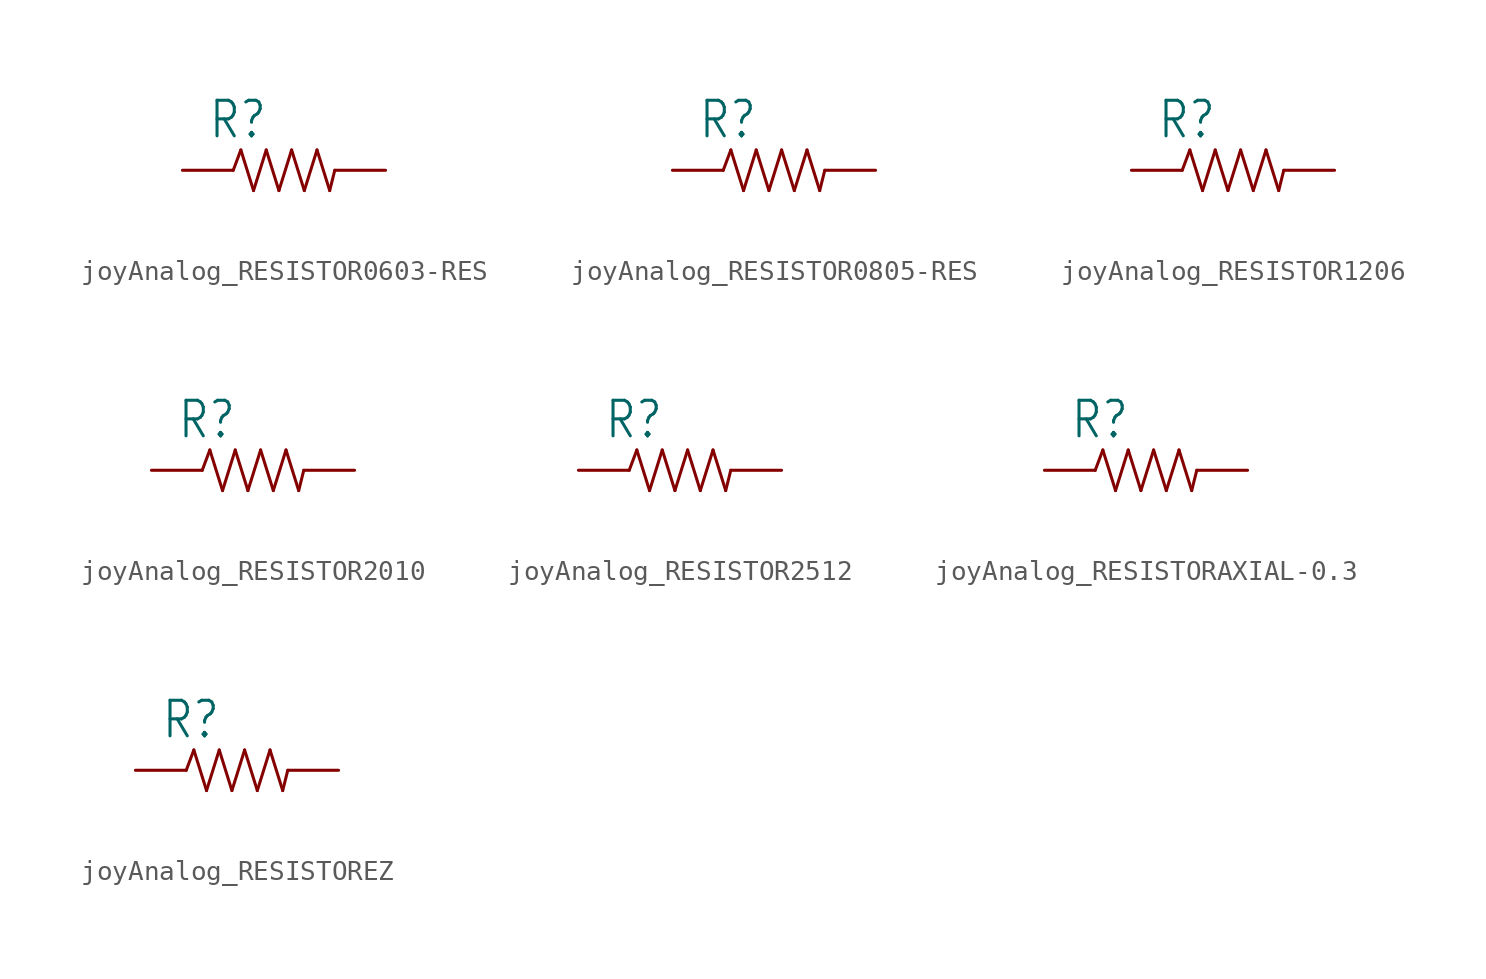
<source format=kicad_sym>
(kicad_symbol_lib
  (version 20231120)
  (generator "kicad_symbol_editor")
  (generator_version "8.0")
  (symbol "joyAnalog_RESISTOR0603-RES"
    (property "Reference" "R"
      (at -3.81 1.499 0)
      (effects (font (size 1.778 1.511)) (justify left bottom)))
    (property "Value" ""
      (at -3.81 -3.302 0)
      (effects (font (size 1.778 1.511)) (justify left bottom)))
    (property "ki_locked" ""
      (at 0 0 0)
      (effects (font (size 1.27 1.27))))
    (symbol "joyAnalog_RESISTOR0603-RES_1_0"
      (polyline (pts (xy -2.54 0) (xy -2.159 1.016)) (stroke (width 0.152) (type solid)) (fill (type none)))
      (polyline (pts (xy -2.159 1.016) (xy -1.524 -1.016)) (stroke (width 0.152) (type solid)) (fill (type none)))
      (polyline (pts (xy -1.524 -1.016) (xy -0.889 1.016)) (stroke (width 0.152) (type solid)) (fill (type none)))
      (polyline (pts (xy -0.889 1.016) (xy -0.254 -1.016)) (stroke (width 0.152) (type solid)) (fill (type none)))
      (polyline (pts (xy -0.254 -1.016) (xy 0.381 1.016)) (stroke (width 0.152) (type solid)) (fill (type none)))
      (polyline (pts (xy 0.381 1.016) (xy 1.016 -1.016)) (stroke (width 0.152) (type solid)) (fill (type none)))
      (polyline (pts (xy 1.016 -1.016) (xy 1.651 1.016)) (stroke (width 0.152) (type solid)) (fill (type none)))
      (polyline (pts (xy 1.651 1.016) (xy 2.286 -1.016)) (stroke (width 0.152) (type solid)) (fill (type none)))
      (polyline (pts (xy 2.286 -1.016) (xy 2.54 0)) (stroke (width 0.152) (type solid)) (fill (type none)))
      (pin passive line (at -5.08 0 0) (length 2.54) (name "1" (effects (font (size 0 0)))) (number "1" (effects (font (size 0 0)))))
      (pin passive line (at 5.08 0 180) (length 2.54) (name "2" (effects (font (size 0 0)))) (number "2" (effects (font (size 0 0)))))))
  (symbol "joyAnalog_RESISTOR0805-RES"
    (property "Reference" "R"
      (at -3.81 1.499 0)
      (effects (font (size 1.778 1.511)) (justify left bottom)))
    (property "Value" ""
      (at -3.81 -3.302 0)
      (effects (font (size 1.778 1.511)) (justify left bottom)))
    (property "ki_locked" ""
      (at 0 0 0)
      (effects (font (size 1.27 1.27))))
    (symbol "joyAnalog_RESISTOR0805-RES_1_0"
      (polyline (pts (xy -2.54 0) (xy -2.159 1.016)) (stroke (width 0.152) (type solid)) (fill (type none)))
      (polyline (pts (xy -2.159 1.016) (xy -1.524 -1.016)) (stroke (width 0.152) (type solid)) (fill (type none)))
      (polyline (pts (xy -1.524 -1.016) (xy -0.889 1.016)) (stroke (width 0.152) (type solid)) (fill (type none)))
      (polyline (pts (xy -0.889 1.016) (xy -0.254 -1.016)) (stroke (width 0.152) (type solid)) (fill (type none)))
      (polyline (pts (xy -0.254 -1.016) (xy 0.381 1.016)) (stroke (width 0.152) (type solid)) (fill (type none)))
      (polyline (pts (xy 0.381 1.016) (xy 1.016 -1.016)) (stroke (width 0.152) (type solid)) (fill (type none)))
      (polyline (pts (xy 1.016 -1.016) (xy 1.651 1.016)) (stroke (width 0.152) (type solid)) (fill (type none)))
      (polyline (pts (xy 1.651 1.016) (xy 2.286 -1.016)) (stroke (width 0.152) (type solid)) (fill (type none)))
      (polyline (pts (xy 2.286 -1.016) (xy 2.54 0)) (stroke (width 0.152) (type solid)) (fill (type none)))
      (pin passive line (at -5.08 0 0) (length 2.54) (name "1" (effects (font (size 0 0)))) (number "1" (effects (font (size 0 0)))))
      (pin passive line (at 5.08 0 180) (length 2.54) (name "2" (effects (font (size 0 0)))) (number "2" (effects (font (size 0 0)))))))
  (symbol "joyAnalog_RESISTOR1206"
    (property "Reference" "R"
      (at -3.81 1.499 0)
      (effects (font (size 1.778 1.511)) (justify left bottom)))
    (property "Value" ""
      (at -3.81 -3.302 0)
      (effects (font (size 1.778 1.511)) (justify left bottom)))
    (property "ki_locked" ""
      (at 0 0 0)
      (effects (font (size 1.27 1.27))))
    (symbol "joyAnalog_RESISTOR1206_1_0"
      (polyline (pts (xy -2.54 0) (xy -2.159 1.016)) (stroke (width 0.152) (type solid)) (fill (type none)))
      (polyline (pts (xy -2.159 1.016) (xy -1.524 -1.016)) (stroke (width 0.152) (type solid)) (fill (type none)))
      (polyline (pts (xy -1.524 -1.016) (xy -0.889 1.016)) (stroke (width 0.152) (type solid)) (fill (type none)))
      (polyline (pts (xy -0.889 1.016) (xy -0.254 -1.016)) (stroke (width 0.152) (type solid)) (fill (type none)))
      (polyline (pts (xy -0.254 -1.016) (xy 0.381 1.016)) (stroke (width 0.152) (type solid)) (fill (type none)))
      (polyline (pts (xy 0.381 1.016) (xy 1.016 -1.016)) (stroke (width 0.152) (type solid)) (fill (type none)))
      (polyline (pts (xy 1.016 -1.016) (xy 1.651 1.016)) (stroke (width 0.152) (type solid)) (fill (type none)))
      (polyline (pts (xy 1.651 1.016) (xy 2.286 -1.016)) (stroke (width 0.152) (type solid)) (fill (type none)))
      (polyline (pts (xy 2.286 -1.016) (xy 2.54 0)) (stroke (width 0.152) (type solid)) (fill (type none)))
      (pin passive line (at -5.08 0 0) (length 2.54) (name "1" (effects (font (size 0 0)))) (number "1" (effects (font (size 0 0)))))
      (pin passive line (at 5.08 0 180) (length 2.54) (name "2" (effects (font (size 0 0)))) (number "2" (effects (font (size 0 0)))))))
  (symbol "joyAnalog_RESISTOR2010"
    (property "Reference" "R"
      (at -3.81 1.499 0)
      (effects (font (size 1.778 1.511)) (justify left bottom)))
    (property "Value" ""
      (at -3.81 -3.302 0)
      (effects (font (size 1.778 1.511)) (justify left bottom)))
    (property "ki_locked" ""
      (at 0 0 0)
      (effects (font (size 1.27 1.27))))
    (symbol "joyAnalog_RESISTOR2010_1_0"
      (polyline (pts (xy -2.54 0) (xy -2.159 1.016)) (stroke (width 0.152) (type solid)) (fill (type none)))
      (polyline (pts (xy -2.159 1.016) (xy -1.524 -1.016)) (stroke (width 0.152) (type solid)) (fill (type none)))
      (polyline (pts (xy -1.524 -1.016) (xy -0.889 1.016)) (stroke (width 0.152) (type solid)) (fill (type none)))
      (polyline (pts (xy -0.889 1.016) (xy -0.254 -1.016)) (stroke (width 0.152) (type solid)) (fill (type none)))
      (polyline (pts (xy -0.254 -1.016) (xy 0.381 1.016)) (stroke (width 0.152) (type solid)) (fill (type none)))
      (polyline (pts (xy 0.381 1.016) (xy 1.016 -1.016)) (stroke (width 0.152) (type solid)) (fill (type none)))
      (polyline (pts (xy 1.016 -1.016) (xy 1.651 1.016)) (stroke (width 0.152) (type solid)) (fill (type none)))
      (polyline (pts (xy 1.651 1.016) (xy 2.286 -1.016)) (stroke (width 0.152) (type solid)) (fill (type none)))
      (polyline (pts (xy 2.286 -1.016) (xy 2.54 0)) (stroke (width 0.152) (type solid)) (fill (type none)))
      (pin passive line (at -5.08 0 0) (length 2.54) (name "1" (effects (font (size 0 0)))) (number "1" (effects (font (size 0 0)))))
      (pin passive line (at 5.08 0 180) (length 2.54) (name "2" (effects (font (size 0 0)))) (number "2" (effects (font (size 0 0)))))))
  (symbol "joyAnalog_RESISTOR2512"
    (property "Reference" "R"
      (at -3.81 1.499 0)
      (effects (font (size 1.778 1.511)) (justify left bottom)))
    (property "Value" ""
      (at -3.81 -3.302 0)
      (effects (font (size 1.778 1.511)) (justify left bottom)))
    (property "ki_locked" ""
      (at 0 0 0)
      (effects (font (size 1.27 1.27))))
    (symbol "joyAnalog_RESISTOR2512_1_0"
      (polyline (pts (xy -2.54 0) (xy -2.159 1.016)) (stroke (width 0.152) (type solid)) (fill (type none)))
      (polyline (pts (xy -2.159 1.016) (xy -1.524 -1.016)) (stroke (width 0.152) (type solid)) (fill (type none)))
      (polyline (pts (xy -1.524 -1.016) (xy -0.889 1.016)) (stroke (width 0.152) (type solid)) (fill (type none)))
      (polyline (pts (xy -0.889 1.016) (xy -0.254 -1.016)) (stroke (width 0.152) (type solid)) (fill (type none)))
      (polyline (pts (xy -0.254 -1.016) (xy 0.381 1.016)) (stroke (width 0.152) (type solid)) (fill (type none)))
      (polyline (pts (xy 0.381 1.016) (xy 1.016 -1.016)) (stroke (width 0.152) (type solid)) (fill (type none)))
      (polyline (pts (xy 1.016 -1.016) (xy 1.651 1.016)) (stroke (width 0.152) (type solid)) (fill (type none)))
      (polyline (pts (xy 1.651 1.016) (xy 2.286 -1.016)) (stroke (width 0.152) (type solid)) (fill (type none)))
      (polyline (pts (xy 2.286 -1.016) (xy 2.54 0)) (stroke (width 0.152) (type solid)) (fill (type none)))
      (pin passive line (at -5.08 0 0) (length 2.54) (name "1" (effects (font (size 0 0)))) (number "1" (effects (font (size 0 0)))))
      (pin passive line (at 5.08 0 180) (length 2.54) (name "2" (effects (font (size 0 0)))) (number "2" (effects (font (size 0 0)))))))
  (symbol "joyAnalog_RESISTORAXIAL-0.3"
    (property "Reference" "R"
      (at -3.81 1.499 0)
      (effects (font (size 1.778 1.511)) (justify left bottom)))
    (property "Value" ""
      (at -3.81 -3.302 0)
      (effects (font (size 1.778 1.511)) (justify left bottom)))
    (property "ki_locked" ""
      (at 0 0 0)
      (effects (font (size 1.27 1.27))))
    (symbol "joyAnalog_RESISTORAXIAL-0.3_1_0"
      (polyline (pts (xy -2.54 0) (xy -2.159 1.016)) (stroke (width 0.152) (type solid)) (fill (type none)))
      (polyline (pts (xy -2.159 1.016) (xy -1.524 -1.016)) (stroke (width 0.152) (type solid)) (fill (type none)))
      (polyline (pts (xy -1.524 -1.016) (xy -0.889 1.016)) (stroke (width 0.152) (type solid)) (fill (type none)))
      (polyline (pts (xy -0.889 1.016) (xy -0.254 -1.016)) (stroke (width 0.152) (type solid)) (fill (type none)))
      (polyline (pts (xy -0.254 -1.016) (xy 0.381 1.016)) (stroke (width 0.152) (type solid)) (fill (type none)))
      (polyline (pts (xy 0.381 1.016) (xy 1.016 -1.016)) (stroke (width 0.152) (type solid)) (fill (type none)))
      (polyline (pts (xy 1.016 -1.016) (xy 1.651 1.016)) (stroke (width 0.152) (type solid)) (fill (type none)))
      (polyline (pts (xy 1.651 1.016) (xy 2.286 -1.016)) (stroke (width 0.152) (type solid)) (fill (type none)))
      (polyline (pts (xy 2.286 -1.016) (xy 2.54 0)) (stroke (width 0.152) (type solid)) (fill (type none)))
      (pin passive line (at -5.08 0 0) (length 2.54) (name "1" (effects (font (size 0 0)))) (number "P$1" (effects (font (size 0 0)))))
      (pin passive line (at 5.08 0 180) (length 2.54) (name "2" (effects (font (size 0 0)))) (number "P$2" (effects (font (size 0 0)))))))
  (symbol "joyAnalog_RESISTOREZ"
    (property "Reference" "R"
      (at -3.81 1.499 0)
      (effects (font (size 1.778 1.511)) (justify left bottom)))
    (property "Value" ""
      (at -3.81 -3.302 0)
      (effects (font (size 1.778 1.511)) (justify left bottom)))
    (property "ki_locked" ""
      (at 0 0 0)
      (effects (font (size 1.27 1.27))))
    (symbol "joyAnalog_RESISTOREZ_1_0"
      (polyline (pts (xy -2.54 0) (xy -2.159 1.016)) (stroke (width 0.152) (type solid)) (fill (type none)))
      (polyline (pts (xy -2.159 1.016) (xy -1.524 -1.016)) (stroke (width 0.152) (type solid)) (fill (type none)))
      (polyline (pts (xy -1.524 -1.016) (xy -0.889 1.016)) (stroke (width 0.152) (type solid)) (fill (type none)))
      (polyline (pts (xy -0.889 1.016) (xy -0.254 -1.016)) (stroke (width 0.152) (type solid)) (fill (type none)))
      (polyline (pts (xy -0.254 -1.016) (xy 0.381 1.016)) (stroke (width 0.152) (type solid)) (fill (type none)))
      (polyline (pts (xy 0.381 1.016) (xy 1.016 -1.016)) (stroke (width 0.152) (type solid)) (fill (type none)))
      (polyline (pts (xy 1.016 -1.016) (xy 1.651 1.016)) (stroke (width 0.152) (type solid)) (fill (type none)))
      (polyline (pts (xy 1.651 1.016) (xy 2.286 -1.016)) (stroke (width 0.152) (type solid)) (fill (type none)))
      (polyline (pts (xy 2.286 -1.016) (xy 2.54 0)) (stroke (width 0.152) (type solid)) (fill (type none)))
      (pin passive line (at -5.08 0 0) (length 2.54) (name "1" (effects (font (size 0 0)))) (number "P$1" (effects (font (size 0 0)))))
      (pin passive line (at 5.08 0 180) (length 2.54) (name "2" (effects (font (size 0 0)))) (number "P$2" (effects (font (size 0 0))))))))
</source>
